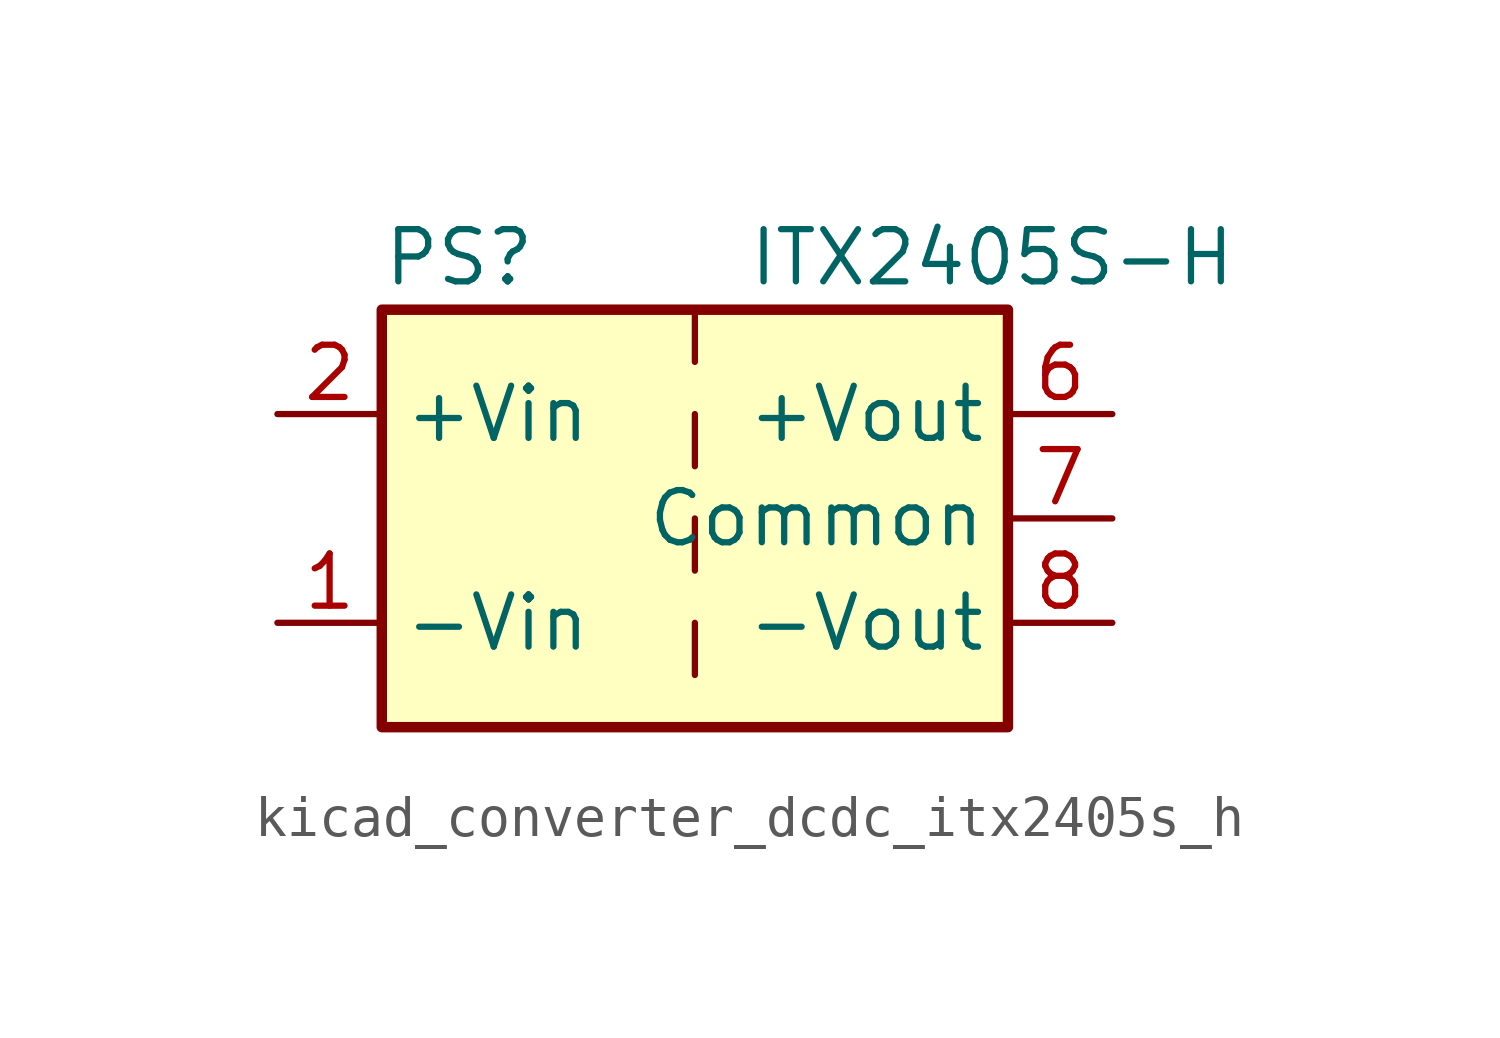
<source format=kicad_sym>
(kicad_symbol_lib
  (version 20220914)
  (generator kicad_symbol_editor)
  (symbol "kicad_converter_dcdc_itx2405s_h"
    (property "Reference" "PS"
      (at -7.62 6.35 0)
      (effects (font (size 1.27 1.27)) (justify left)))
    (property "Value" "ITX2405S-H"
      (at 1.27 6.35 0)
      (effects (font (size 1.27 1.27)) (justify left)))
    (symbol "kicad_converter_dcdc_itx2405s_h_0_0"
      (pin power_in line (at -10.16 -2.54 0) (length 2.54) (name "-Vin" (effects (font (size 1.27 1.27)))) (number "1" (effects (font (size 1.27 1.27)))))
      (pin power_in line (at -10.16 2.54 0) (length 2.54) (name "+Vin" (effects (font (size 1.27 1.27)))) (number "2" (effects (font (size 1.27 1.27)))))
      (pin no_connect line (at 0 -5.08 90) (length 2.54) hide (name "NC" (effects (font (size 1.27 1.27)))) (number "3" (effects (font (size 1.27 1.27)))))
      (pin no_connect line (at 0 5.08 270) (length 2.54) hide (name "NC" (effects (font (size 1.27 1.27)))) (number "5" (effects (font (size 1.27 1.27)))))
      (pin power_out line (at 10.16 2.54 180) (length 2.54) (name "+Vout" (effects (font (size 1.27 1.27)))) (number "6" (effects (font (size 1.27 1.27)))))
      (pin power_out line (at 10.16 0 180) (length 2.54) (name "Common" (effects (font (size 1.27 1.27)))) (number "7" (effects (font (size 1.27 1.27)))))
      (pin power_out line (at 10.16 -2.54 180) (length 2.54) (name "-Vout" (effects (font (size 1.27 1.27)))) (number "8" (effects (font (size 1.27 1.27))))))
    (symbol "kicad_converter_dcdc_itx2405s_h_0_1"
      (rectangle (start -7.62 5.08) (end 7.62 -5.08) (stroke (width 0.254) (type default)) (fill (type background)))
      (polyline (pts (xy 0 -2.54) (xy 0 -3.81)) (stroke (width 0) (type default)) (fill (type none)))
      (polyline (pts (xy 0 0) (xy 0 -1.27)) (stroke (width 0) (type default)) (fill (type none)))
      (polyline (pts (xy 0 2.54) (xy 0 1.27)) (stroke (width 0) (type default)) (fill (type none)))
      (polyline (pts (xy 0 5.08) (xy 0 3.81)) (stroke (width 0) (type default)) (fill (type none))))))
</source>
